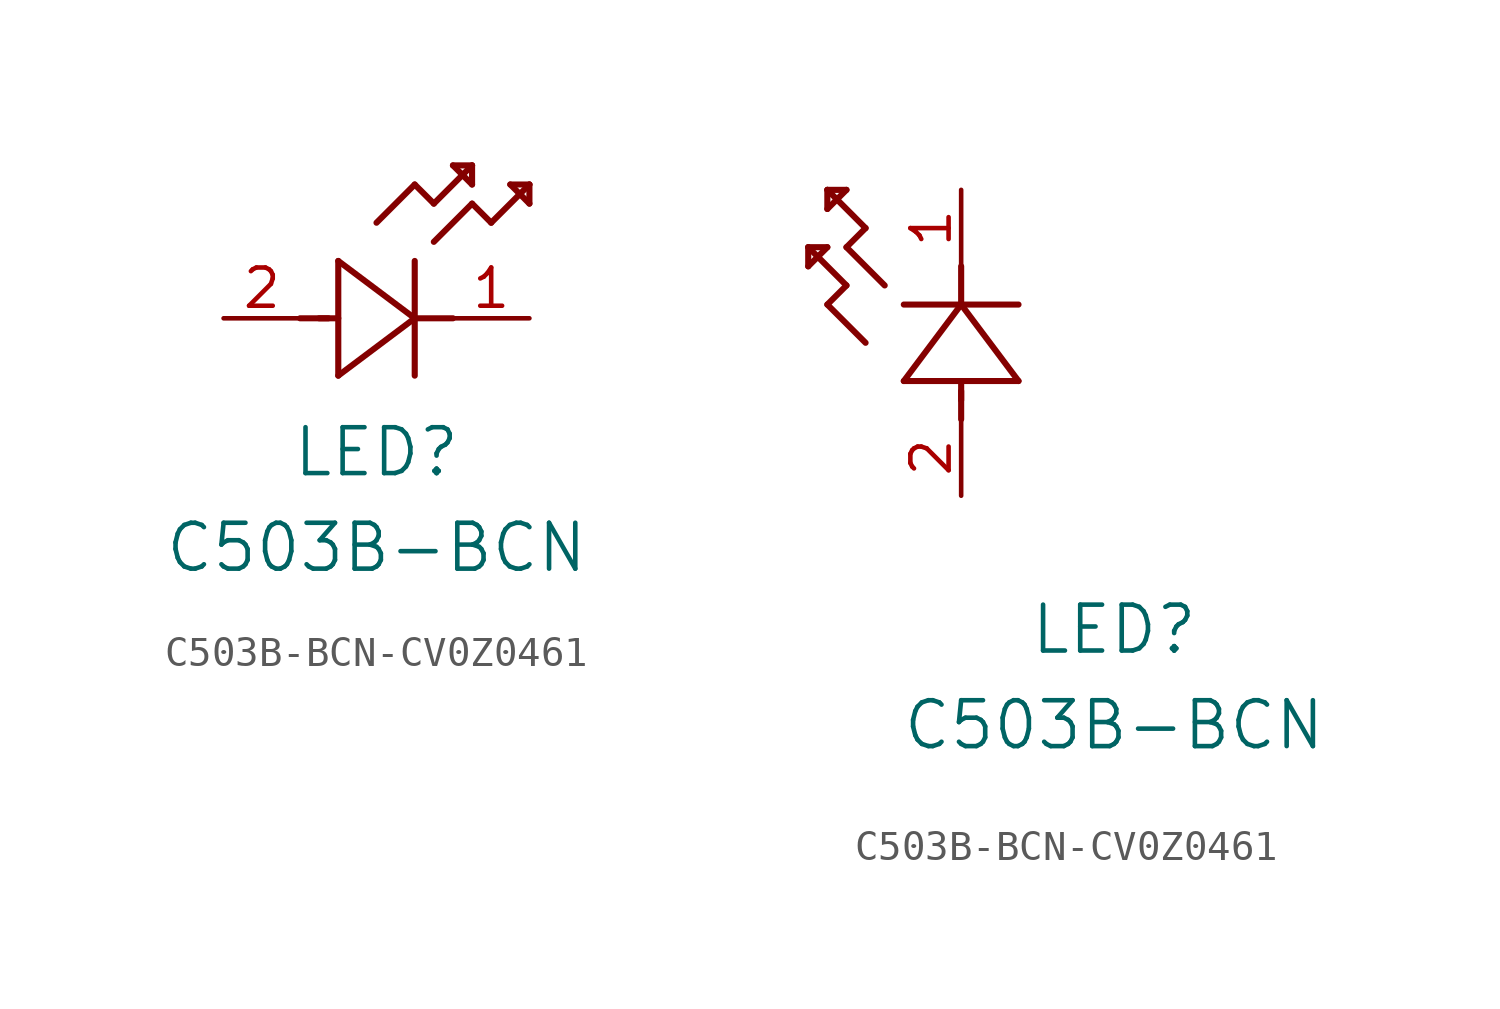
<source format=kicad_sym>
(kicad_symbol_lib
  (version 20241209)
  (generator "kicad_symbol_editor")
  (generator_version "9.0")
  (symbol "C503B-BCN-CV0Z0461"
    (pin_names
      (offset 0.254))
    (property "Reference" "LED"
      (at 5.08 -4.445 0)
      (effects (font (size 1.524 1.524))))
    (property "Value" "C503B-BCN"
      (at 5.08 -7.62 0)
      (effects (font (size 1.524 1.524))))
    (symbol "C503B-BCN-CV0Z0461_1_1"
      (polyline (pts (xy 2.54 0) (xy 3.48 0)) (stroke (width 0.203) (type default)) (fill (type none)))
      (polyline (pts (xy 3.175 0) (xy 3.81 0)) (stroke (width 0.203) (type default)) (fill (type none)))
      (polyline (pts (xy 3.81 1.905) (xy 3.81 -1.905)) (stroke (width 0.203) (type default)) (fill (type none)))
      (polyline (pts (xy 3.81 -1.905) (xy 6.35 0)) (stroke (width 0.203) (type default)) (fill (type none)))
      (polyline (pts (xy 5.08 3.175) (xy 6.35 4.445)) (stroke (width 0.203) (type default)) (fill (type none)))
      (polyline (pts (xy 6.35 4.445) (xy 6.985 3.81)) (stroke (width 0.203) (type default)) (fill (type none)))
      (polyline (pts (xy 6.35 0) (xy 3.81 1.905)) (stroke (width 0.203) (type default)) (fill (type none)))
      (polyline (pts (xy 6.35 0) (xy 7.62 0)) (stroke (width 0.203) (type default)) (fill (type none)))
      (polyline (pts (xy 6.35 -1.905) (xy 6.35 1.905)) (stroke (width 0.203) (type default)) (fill (type none)))
      (polyline (pts (xy 6.985 3.81) (xy 8.255 5.08)) (stroke (width 0.203) (type default)) (fill (type none)))
      (polyline (pts (xy 6.985 2.54) (xy 8.255 3.81)) (stroke (width 0.203) (type default)) (fill (type none)))
      (polyline (pts (xy 7.62 5.08) (xy 8.255 4.445)) (stroke (width 0.203) (type default)) (fill (type none)))
      (polyline (pts (xy 8.255 5.08) (xy 7.62 5.08)) (stroke (width 0.203) (type default)) (fill (type none)))
      (polyline (pts (xy 8.255 4.445) (xy 8.255 5.08)) (stroke (width 0.203) (type default)) (fill (type none)))
      (polyline (pts (xy 8.255 3.81) (xy 8.89 3.175)) (stroke (width 0.203) (type default)) (fill (type none)))
      (polyline (pts (xy 8.89 3.175) (xy 10.16 4.445)) (stroke (width 0.203) (type default)) (fill (type none)))
      (polyline (pts (xy 9.525 4.445) (xy 10.16 3.81)) (stroke (width 0.203) (type default)) (fill (type none)))
      (polyline (pts (xy 10.16 4.445) (xy 9.525 4.445)) (stroke (width 0.203) (type default)) (fill (type none)))
      (polyline (pts (xy 10.16 3.81) (xy 10.16 4.445)) (stroke (width 0.203) (type default)) (fill (type none)))
      (pin unspecified line (at 0 0 0) (length 2.54) (name "" (effects (font (size 1.27 1.27)))) (number "2" (effects (font (size 1.27 1.27)))))
      (pin unspecified line (at 10.16 0 180) (length 2.54) (name "" (effects (font (size 1.27 1.27)))) (number "1" (effects (font (size 1.27 1.27))))))
    (symbol "C503B-BCN-CV0Z0461_1_2"
      (polyline (pts (xy -5.08 8.255) (xy -5.08 7.62)) (stroke (width 0.203) (type default)) (fill (type none)))
      (polyline (pts (xy -5.08 7.62) (xy -4.445 8.255)) (stroke (width 0.203) (type default)) (fill (type none)))
      (polyline (pts (xy -4.445 10.16) (xy -4.445 9.525)) (stroke (width 0.203) (type default)) (fill (type none)))
      (polyline (pts (xy -4.445 9.525) (xy -3.81 10.16)) (stroke (width 0.203) (type default)) (fill (type none)))
      (polyline (pts (xy -4.445 8.255) (xy -5.08 8.255)) (stroke (width 0.203) (type default)) (fill (type none)))
      (polyline (pts (xy -4.445 6.35) (xy -3.81 6.985)) (stroke (width 0.203) (type default)) (fill (type none)))
      (polyline (pts (xy -3.81 10.16) (xy -4.445 10.16)) (stroke (width 0.203) (type default)) (fill (type none)))
      (polyline (pts (xy -3.81 8.255) (xy -3.175 8.89)) (stroke (width 0.203) (type default)) (fill (type none)))
      (polyline (pts (xy -3.81 6.985) (xy -5.08 8.255)) (stroke (width 0.203) (type default)) (fill (type none)))
      (polyline (pts (xy -3.175 8.89) (xy -4.445 10.16)) (stroke (width 0.203) (type default)) (fill (type none)))
      (polyline (pts (xy -3.175 5.08) (xy -4.445 6.35)) (stroke (width 0.203) (type default)) (fill (type none)))
      (polyline (pts (xy -2.54 6.985) (xy -3.81 8.255)) (stroke (width 0.203) (type default)) (fill (type none)))
      (polyline (pts (xy -1.905 3.81) (xy 1.905 3.81)) (stroke (width 0.203) (type default)) (fill (type none)))
      (polyline (pts (xy 0 6.35) (xy -1.905 3.81)) (stroke (width 0.203) (type default)) (fill (type none)))
      (polyline (pts (xy 0 6.35) (xy 0 7.62)) (stroke (width 0.203) (type default)) (fill (type none)))
      (polyline (pts (xy 0 3.175) (xy 0 3.81)) (stroke (width 0.203) (type default)) (fill (type none)))
      (polyline (pts (xy 0 2.54) (xy 0 3.48)) (stroke (width 0.203) (type default)) (fill (type none)))
      (polyline (pts (xy 1.905 6.35) (xy -1.905 6.35)) (stroke (width 0.203) (type default)) (fill (type none)))
      (polyline (pts (xy 1.905 3.81) (xy 0 6.35)) (stroke (width 0.203) (type default)) (fill (type none)))
      (pin unspecified line (at 0 10.16 270) (length 2.54) (name "" (effects (font (size 1.27 1.27)))) (number "1" (effects (font (size 1.27 1.27)))))
      (pin unspecified line (at 0 0 90) (length 2.54) (name "" (effects (font (size 1.27 1.27)))) (number "2" (effects (font (size 1.27 1.27))))))))
</source>
